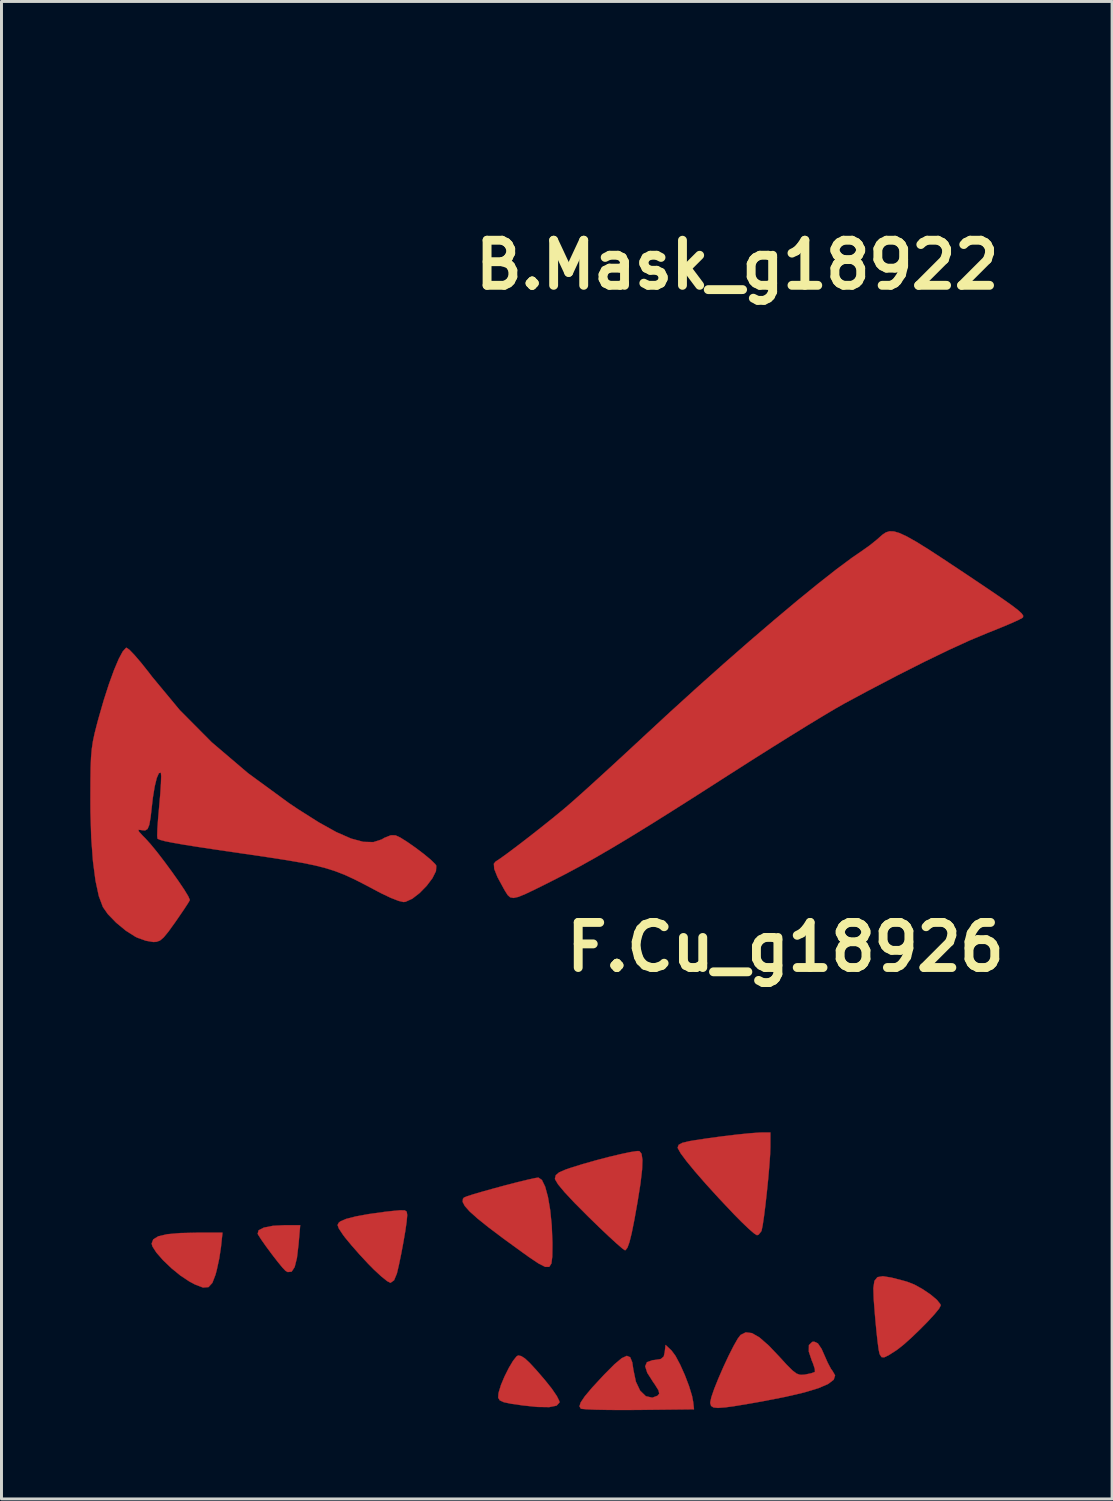
<source format=kicad_pcb>
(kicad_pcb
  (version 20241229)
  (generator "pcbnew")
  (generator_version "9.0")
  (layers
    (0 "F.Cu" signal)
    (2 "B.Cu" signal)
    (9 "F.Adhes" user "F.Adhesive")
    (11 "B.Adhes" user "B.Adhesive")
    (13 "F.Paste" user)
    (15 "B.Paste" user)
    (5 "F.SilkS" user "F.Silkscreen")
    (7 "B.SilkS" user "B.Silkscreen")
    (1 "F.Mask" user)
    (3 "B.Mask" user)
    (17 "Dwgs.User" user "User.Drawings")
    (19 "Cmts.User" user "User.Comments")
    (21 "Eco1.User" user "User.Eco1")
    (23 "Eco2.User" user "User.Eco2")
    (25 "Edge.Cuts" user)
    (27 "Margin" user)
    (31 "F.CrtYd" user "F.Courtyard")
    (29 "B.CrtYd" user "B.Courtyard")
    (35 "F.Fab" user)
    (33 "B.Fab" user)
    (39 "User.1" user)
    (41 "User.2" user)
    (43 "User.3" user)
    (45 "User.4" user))
  (footprint "F.Cu_g18926"
    (layer "F.Cu")
    (at 23.496 28.961)
    (property "Reference" "F.Cu_g18926" (at 0 0 0) (layer "F.SilkS") (effects (font (size 1.524 1.524) (thickness 0.3))))
    (attr through_hole)
    (fp_poly (pts (xy -16.455 10.037) (xy -16.51 10.504) (xy -16.587 10.812) (xy -16.689 10.968) (xy -16.82 10.982) (xy -16.894 10.942) (xy -16.992 10.84) (xy -17.155 10.642) (xy -17.351 10.389) (xy -17.548 10.123) (xy -17.715 9.886) (xy -17.82 9.721) (xy -17.837 9.687) (xy -17.805 9.57) (xy -17.626 9.479) (xy -17.321 9.419) (xy -16.915 9.398) (xy -16.4 9.398) (xy -16.455 10.037)) (stroke (width 0.01) (type solid)) (fill yes) (layer "F.Cu"))
    (fp_poly (pts (xy -19.078 10.139) (xy -19.134 10.514) (xy -19.219 10.908) (xy -19.262 11.07) (xy -19.368 11.347) (xy -19.499 11.49) (xy -19.684 11.506) (xy -19.954 11.403) (xy -20.151 11.297) (xy -20.448 11.1) (xy -20.753 10.851) (xy -21.033 10.583) (xy -21.258 10.327) (xy -21.394 10.116) (xy -21.421 10.019) (xy -21.366 9.877) (xy -21.195 9.773) (xy -20.894 9.703) (xy -20.45 9.664) (xy -19.906 9.652) (xy -19.026 9.652) (xy -19.078 10.139)) (stroke (width 0.01) (type solid)) (fill yes) (layer "F.Cu"))
    (fp_poly (pts (xy -8.93 13.822) (xy -8.807 13.9) (xy -8.642 14.053) (xy -8.414 14.301) (xy -8.132 14.628) (xy -7.895 14.925) (xy -7.724 15.176) (xy -7.64 15.348) (xy -7.636 15.39) (xy -7.735 15.497) (xy -7.984 15.547) (xy -8.386 15.541) (xy -8.872 15.49) (xy -9.265 15.434) (xy -9.518 15.381) (xy -9.656 15.317) (xy -9.708 15.228) (xy -9.7 15.097) (xy -9.689 15.042) (xy -9.613 14.795) (xy -9.492 14.508) (xy -9.349 14.223) (xy -9.206 13.983) (xy -9.086 13.832) (xy -9.032 13.801) (xy -8.93 13.822)) (stroke (width 0.01) (type solid)) (fill yes) (layer "F.Cu"))
    (fp_poly (pts (xy -12.866 8.897) (xy -12.8 8.942) (xy -12.785 9.041) (xy -12.785 9.08) (xy -12.802 9.274) (xy -12.846 9.584) (xy -12.911 9.965) (xy -12.986 10.366) (xy -13.064 10.741) (xy -13.131 11.028) (xy -13.227 11.26) (xy -13.347 11.345) (xy -13.351 11.345) (xy -13.463 11.287) (xy -13.659 11.129) (xy -13.908 10.899) (xy -14.109 10.695) (xy -14.397 10.385) (xy -14.666 10.079) (xy -14.878 9.823) (xy -14.96 9.713) (xy -15.095 9.508) (xy -15.137 9.392) (xy -15.097 9.314) (xy -15.041 9.269) (xy -14.851 9.187) (xy -14.52 9.102) (xy -14.072 9.02) (xy -13.534 8.946) (xy -13.31 8.921) (xy -13.023 8.894) (xy -12.866 8.897)) (stroke (width 0.01) (type solid)) (fill yes) (layer "F.Cu"))
    (fp_poly (pts (xy -8.231 7.87) (xy -8.121 8.096) (xy -8.026 8.445) (xy -7.95 8.892) (xy -7.898 9.414) (xy -7.875 9.987) (xy -7.875 10.097) (xy -7.88 10.456) (xy -7.909 10.691) (xy -7.983 10.806) (xy -8.121 10.806) (xy -8.343 10.693) (xy -8.67 10.474) (xy -8.904 10.306) (xy -9.534 9.848) (xy -10.032 9.473) (xy -10.409 9.171) (xy -10.674 8.933) (xy -10.837 8.749) (xy -10.909 8.611) (xy -10.899 8.507) (xy -10.867 8.466) (xy -10.765 8.423) (xy -10.534 8.349) (xy -10.211 8.255) (xy -9.831 8.149) (xy -9.431 8.041) (xy -9.046 7.942) (xy -8.712 7.861) (xy -8.466 7.807) (xy -8.35 7.789) (xy -8.231 7.87)) (stroke (width 0.01) (type solid)) (fill yes) (layer "F.Cu"))
    (fp_poly (pts (xy 3.58 11.169) (xy 3.984 11.273) (xy 4.109 11.308) (xy 4.36 11.406) (xy 4.639 11.561) (xy 4.907 11.743) (xy 5.12 11.922) (xy 5.238 12.07) (xy 5.249 12.112) (xy 5.191 12.221) (xy 5.034 12.412) (xy 4.808 12.658) (xy 4.541 12.928) (xy 4.263 13.195) (xy 4.002 13.429) (xy 3.786 13.6) (xy 3.746 13.628) (xy 3.489 13.793) (xy 3.334 13.866) (xy 3.247 13.856) (xy 3.191 13.768) (xy 3.179 13.737) (xy 3.151 13.602) (xy 3.115 13.333) (xy 3.075 12.966) (xy 3.035 12.538) (xy 3.025 12.42) (xy 2.984 11.896) (xy 2.972 11.522) (xy 3.008 11.281) (xy 3.11 11.154) (xy 3.294 11.123) (xy 3.58 11.169)) (stroke (width 0.01) (type solid)) (fill yes) (layer "F.Cu"))
    (fp_poly (pts (xy -4.935 6.895) (xy -4.863 6.985) (xy -4.833 7.189) (xy -4.845 7.521) (xy -4.9 7.992) (xy -4.997 8.604) (xy -5.104 9.206) (xy -5.194 9.656) (xy -5.271 9.968) (xy -5.339 10.157) (xy -5.402 10.239) (xy -5.424 10.245) (xy -5.508 10.188) (xy -5.692 10.03) (xy -5.955 9.789) (xy -6.277 9.485) (xy -6.638 9.134) (xy -6.649 9.123) (xy -7.121 8.65) (xy -7.465 8.282) (xy -7.685 8.017) (xy -7.784 7.851) (xy -7.79 7.817) (xy -7.76 7.706) (xy -7.649 7.613) (xy -7.424 7.516) (xy -7.26 7.46) (xy -6.849 7.332) (xy -6.408 7.207) (xy -5.97 7.092) (xy -5.57 6.997) (xy -5.24 6.927) (xy -5.015 6.893) (xy -4.935 6.895)) (stroke (width 0.01) (type solid)) (fill yes) (layer "F.Cu"))
    (fp_poly (pts (xy -0.509 6.752) (xy -0.518 7.02) (xy -0.544 7.387) (xy -0.581 7.817) (xy -0.627 8.271) (xy -0.676 8.713) (xy -0.725 9.104) (xy -0.77 9.407) (xy -0.807 9.584) (xy -0.811 9.597) (xy -0.905 9.717) (xy -0.962 9.737) (xy -1.056 9.679) (xy -1.238 9.522) (xy -1.481 9.29) (xy -1.729 9.039) (xy -2.234 8.504) (xy -2.679 8.016) (xy -3.053 7.587) (xy -3.345 7.232) (xy -3.543 6.965) (xy -3.635 6.799) (xy -3.641 6.771) (xy -3.608 6.682) (xy -3.487 6.616) (xy -3.246 6.558) (xy -3.069 6.528) (xy -2.591 6.456) (xy -2.089 6.389) (xy -1.607 6.332) (xy -1.188 6.29) (xy -0.875 6.268) (xy -0.785 6.265) (xy -0.508 6.265) (xy -0.509 6.752)) (stroke (width 0.01) (type solid)) (fill yes) (layer "F.Cu"))
    (fp_poly (pts (xy -3.847 13.637) (xy -3.715 13.816) (xy -3.559 14.109) (xy -3.399 14.466) (xy -3.258 14.836) (xy -3.156 15.17) (xy -3.118 15.37) (xy -3.09 15.621) (xy -4.953 15.642) (xy -5.502 15.645) (xy -5.996 15.642) (xy -6.409 15.634) (xy -6.716 15.621) (xy -6.891 15.605) (xy -6.918 15.596) (xy -6.961 15.52) (xy -6.919 15.387) (xy -6.781 15.183) (xy -6.54 14.896) (xy -6.184 14.511) (xy -6.114 14.437) (xy -5.778 14.099) (xy -5.532 13.893) (xy -5.36 13.814) (xy -5.247 13.861) (xy -5.177 14.032) (xy -5.139 14.283) (xy -5.055 14.687) (xy -4.91 14.992) (xy -4.718 15.178) (xy -4.499 15.228) (xy -4.321 15.161) (xy -4.265 15.092) (xy -4.289 14.981) (xy -4.407 14.79) (xy -4.469 14.702) (xy -4.67 14.386) (xy -4.74 14.166) (xy -4.68 14.028) (xy -4.489 13.961) (xy -4.424 13.954) (xy -4.211 13.92) (xy -4.113 13.837) (xy -4.079 13.686) (xy -4.051 13.445) (xy -3.847 13.637)) (stroke (width 0.01) (type solid)) (fill yes) (layer "F.Cu"))
    (fp_poly (pts (xy -1.131 13.046) (xy -0.876 13.193) (xy -0.56 13.47) (xy -0.23 13.817) (xy 0.044 14.116) (xy 0.237 14.308) (xy 0.377 14.414) (xy 0.495 14.456) (xy 0.62 14.453) (xy 0.667 14.446) (xy 0.873 14.403) (xy 0.993 14.359) (xy 0.997 14.355) (xy 0.994 14.258) (xy 0.931 14.067) (xy 0.894 13.981) (xy 0.79 13.67) (xy 0.794 13.451) (xy 0.905 13.343) (xy 0.97 13.335) (xy 1.096 13.392) (xy 1.221 13.577) (xy 1.311 13.779) (xy 1.428 14.044) (xy 1.537 14.25) (xy 1.592 14.325) (xy 1.679 14.475) (xy 1.632 14.62) (xy 1.446 14.763) (xy 1.115 14.906) (xy 0.634 15.051) (xy -0.004 15.2) (xy -0.803 15.356) (xy -1.143 15.416) (xy -1.658 15.503) (xy -2.029 15.555) (xy -2.28 15.574) (xy -2.433 15.558) (xy -2.512 15.507) (xy -2.539 15.42) (xy -2.54 15.382) (xy -2.503 15.21) (xy -2.406 14.928) (xy -2.264 14.575) (xy -2.096 14.189) (xy -1.919 13.81) (xy -1.75 13.477) (xy -1.608 13.228) (xy -1.516 13.108) (xy -1.339 13.02) (xy -1.131 13.046)) (stroke (width 0.01) (type solid)) (fill yes) (layer "F.Cu"))
    (fp_poly (pts (xy 3.668 -14.05) (xy 3.857 -13.994) (xy 4.102 -13.88) (xy 4.417 -13.703) (xy 4.817 -13.455) (xy 5.317 -13.129) (xy 5.934 -12.72) (xy 6.384 -12.419) (xy 6.931 -12.051) (xy 7.351 -11.764) (xy 7.657 -11.547) (xy 7.863 -11.389) (xy 7.985 -11.277) (xy 8.036 -11.201) (xy 8.03 -11.15) (xy 8.008 -11.128) (xy 7.877 -11.058) (xy 7.622 -10.943) (xy 7.279 -10.799) (xy 6.884 -10.64) (xy 6.831 -10.619) (xy 6.237 -10.371) (xy 5.519 -10.043) (xy 4.693 -9.643) (xy 3.779 -9.181) (xy 2.795 -8.666) (xy 1.99 -8.233) (xy 1.689 -8.062) (xy 1.269 -7.812) (xy 0.751 -7.498) (xy 0.159 -7.132) (xy -0.485 -6.73) (xy -1.158 -6.305) (xy -1.839 -5.87) (xy -1.959 -5.794) (xy -2.96 -5.152) (xy -3.838 -4.595) (xy -4.609 -4.112) (xy -5.289 -3.694) (xy -5.896 -3.331) (xy -6.445 -3.012) (xy -6.955 -2.727) (xy -7.441 -2.467) (xy -7.921 -2.222) (xy -7.959 -2.203) (xy -8.433 -1.966) (xy -8.779 -1.8) (xy -9.023 -1.699) (xy -9.189 -1.662) (xy -9.302 -1.683) (xy -9.387 -1.759) (xy -9.468 -1.886) (xy -9.514 -1.965) (xy -9.73 -2.363) (xy -9.842 -2.644) (xy -9.854 -2.82) (xy -9.799 -2.889) (xy -9.639 -2.995) (xy -9.376 -3.185) (xy -9.04 -3.438) (xy -8.66 -3.73) (xy -8.264 -4.041) (xy -7.881 -4.347) (xy -7.54 -4.626) (xy -7.442 -4.709) (xy -7.189 -4.928) (xy -6.837 -5.241) (xy -6.409 -5.629) (xy -5.928 -6.068) (xy -5.417 -6.539) (xy -4.899 -7.019) (xy -4.806 -7.106) (xy -3.892 -7.952) (xy -2.979 -8.781) (xy -2.08 -9.583) (xy -1.209 -10.345) (xy -0.379 -11.056) (xy 0.394 -11.705) (xy 1.099 -12.279) (xy 1.721 -12.768) (xy 2.247 -13.159) (xy 2.582 -13.389) (xy 2.849 -13.578) (xy 3.1 -13.78) (xy 3.158 -13.832) (xy 3.279 -13.939) (xy 3.394 -14.016) (xy 3.519 -14.055) (xy 3.668 -14.05)) (stroke (width 0.01) (type solid)) (fill yes) (layer "F.Cu"))
    (fp_poly (pts (xy -22.175 -10.053) (xy -22.004 -9.876) (xy -21.776 -9.61) (xy -21.514 -9.28) (xy -21.408 -9.141) (xy -20.468 -8.008) (xy -19.391 -6.924) (xy -18.167 -5.882) (xy -16.787 -4.872) (xy -16.468 -4.658) (xy -15.768 -4.215) (xy -15.176 -3.886) (xy -14.68 -3.669) (xy -14.268 -3.558) (xy -13.927 -3.549) (xy -13.645 -3.639) (xy -13.561 -3.691) (xy -13.335 -3.781) (xy -13.177 -3.778) (xy -13.018 -3.704) (xy -12.781 -3.555) (xy -12.504 -3.361) (xy -12.227 -3.152) (xy -11.991 -2.957) (xy -11.836 -2.806) (xy -11.8 -2.752) (xy -11.811 -2.57) (xy -11.93 -2.331) (xy -12.125 -2.072) (xy -12.364 -1.828) (xy -12.612 -1.636) (xy -12.838 -1.533) (xy -12.908 -1.524) (xy -13.075 -1.563) (xy -13.341 -1.667) (xy -13.657 -1.817) (xy -13.775 -1.879) (xy -14.195 -2.102) (xy -14.555 -2.286) (xy -14.882 -2.437) (xy -15.2 -2.562) (xy -15.532 -2.668) (xy -15.905 -2.763) (xy -16.342 -2.852) (xy -16.868 -2.942) (xy -17.508 -3.041) (xy -18.286 -3.155) (xy -18.457 -3.18) (xy -19.235 -3.294) (xy -19.859 -3.388) (xy -20.345 -3.465) (xy -20.709 -3.529) (xy -20.965 -3.58) (xy -21.127 -3.623) (xy -21.212 -3.66) (xy -21.224 -3.67) (xy -21.233 -3.766) (xy -21.226 -3.998) (xy -21.203 -4.33) (xy -21.168 -4.731) (xy -21.164 -4.781) (xy -21.128 -5.188) (xy -21.106 -5.532) (xy -21.098 -5.779) (xy -21.108 -5.895) (xy -21.11 -5.899) (xy -21.176 -5.879) (xy -21.248 -5.715) (xy -21.318 -5.43) (xy -21.38 -5.049) (xy -21.411 -4.783) (xy -21.456 -4.386) (xy -21.501 -4.132) (xy -21.559 -3.993) (xy -21.642 -3.943) (xy -21.761 -3.954) (xy -21.781 -3.959) (xy -21.868 -3.966) (xy -21.852 -3.908) (xy -21.723 -3.765) (xy -21.632 -3.674) (xy -21.46 -3.484) (xy -21.24 -3.216) (xy -20.996 -2.899) (xy -20.747 -2.561) (xy -20.515 -2.233) (xy -20.32 -1.944) (xy -20.185 -1.722) (xy -20.131 -1.598) (xy -20.131 -1.588) (xy -20.187 -1.49) (xy -20.318 -1.289) (xy -20.503 -1.018) (xy -20.625 -0.841) (xy -20.851 -0.527) (xy -21.013 -0.329) (xy -21.14 -0.222) (xy -21.261 -0.179) (xy -21.364 -0.173) (xy -21.612 -0.215) (xy -21.897 -0.316) (xy -21.971 -0.352) (xy -22.294 -0.557) (xy -22.622 -0.828) (xy -22.9 -1.115) (xy -23.068 -1.355) (xy -23.206 -1.724) (xy -23.318 -2.246) (xy -23.404 -2.906) (xy -23.462 -3.689) (xy -23.489 -4.58) (xy -23.491 -4.995) (xy -23.489 -5.587) (xy -23.483 -6.044) (xy -23.469 -6.402) (xy -23.444 -6.695) (xy -23.405 -6.959) (xy -23.347 -7.23) (xy -23.268 -7.541) (xy -23.214 -7.741) (xy -23.04 -8.345) (xy -22.863 -8.893) (xy -22.692 -9.364) (xy -22.534 -9.738) (xy -22.397 -9.994) (xy -22.29 -10.112) (xy -22.269 -10.118) (xy -22.175 -10.053)) (stroke (width 0.01) (type solid)) (fill yes) (layer "F.Cu")))
  (footprint "B.Mask_g18922"
    (layer "F.Cu")
    (at 21.867 5.904)
    (property "Reference" "B.Mask_g18922" (at 0 0 0) (layer "F.SilkS") (effects (font (size 1.524 1.524) (thickness 0.3))))
    (attr through_hole)
    (fp_poly (pts (xy -21.291 -3.452) (xy -20.951 -3.423) (xy -20.535 -3.374) (xy -20.09 -3.309) (xy -20.065 -3.305) (xy -19.525 -3.227) (xy -18.9 -3.149) (xy -18.273 -3.082) (xy -17.805 -3.042) (xy -16.999 -2.968) (xy -16.329 -2.87) (xy -15.759 -2.741) (xy -15.256 -2.57) (xy -14.786 -2.348) (xy -14.368 -2.1) (xy -14.115 -1.911) (xy -13.916 -1.685) (xy -13.725 -1.368) (xy -13.663 -1.248) (xy -13.294 -0.331) (xy -13.086 0.629) (xy -13.039 1.365) (xy -13.056 1.859) (xy -13.12 2.279) (xy -13.245 2.681) (xy -13.448 3.121) (xy -13.65 3.489) (xy -14.181 4.262) (xy -14.804 4.901) (xy -15.51 5.399) (xy -16.286 5.75) (xy -17.12 5.95) (xy -18.002 5.992) (xy -18.649 5.924) (xy -19.237 5.755) (xy -19.744 5.471) (xy -20.099 5.136) (xy -20.236 4.94) (xy -20.427 4.627) (xy -20.654 4.232) (xy -20.895 3.79) (xy -21.04 3.512) (xy -21.331 2.93) (xy -21.541 2.46) (xy -21.602 2.286) (xy -16.849 2.286) (xy -16.781 2.628) (xy -16.602 2.896) (xy -16.347 3.072) (xy -16.052 3.138) (xy -15.753 3.078) (xy -15.532 2.925) (xy -15.369 2.652) (xy -15.326 2.324) (xy -15.394 1.992) (xy -15.564 1.708) (xy -15.788 1.54) (xy -16.099 1.448) (xy -16.36 1.5) (xy -16.601 1.687) (xy -16.779 1.916) (xy -16.845 2.172) (xy -16.849 2.286) (xy -21.602 2.286) (xy -21.676 2.073) (xy -21.744 1.736) (xy -21.753 1.419) (xy -21.711 1.091) (xy -21.673 0.917) (xy -21.542 0.476) (xy -21.349 0.042) (xy -21.07 -0.437) (xy -20.901 -0.694) (xy -20.734 -0.969) (xy -20.616 -1.216) (xy -20.574 -1.376) (xy -20.625 -1.578) (xy -20.767 -1.877) (xy -20.979 -2.24) (xy -21.242 -2.633) (xy -21.511 -2.99) (xy -21.862 -3.429) (xy -21.51 -3.455) (xy -21.291 -3.452)) (stroke (width 0.01) (type solid)) (fill yes) (layer "B.Mask"))
    (fp_poly (pts (xy 1.051 -5.825) (xy 1.525 -5.673) (xy 1.721 -5.603) (xy 2.178 -5.446) (xy 2.661 -5.297) (xy 3.101 -5.176) (xy 3.344 -5.12) (xy 4.266 -4.852) (xy 5.097 -4.442) (xy 5.842 -3.888) (xy 6.09 -3.652) (xy 6.441 -3.27) (xy 6.753 -2.878) (xy 6.982 -2.531) (xy 7.009 -2.482) (xy 7.346 -1.682) (xy 7.547 -0.835) (xy 7.613 0.028) (xy 7.542 0.877) (xy 7.333 1.68) (xy 7.095 2.22) (xy 6.729 2.759) (xy 6.222 3.286) (xy 5.604 3.781) (xy 4.904 4.223) (xy 4.149 4.591) (xy 3.522 4.819) (xy 3.197 4.895) (xy 2.733 4.972) (xy 2.157 5.049) (xy 1.498 5.122) (xy 0.786 5.189) (xy 0.048 5.249) (xy -0.685 5.298) (xy -1.386 5.336) (xy -2.026 5.359) (xy -2.575 5.366) (xy -3.005 5.354) (xy -3.217 5.334) (xy -4.2 5.105) (xy -5.144 4.713) (xy -6.049 4.158) (xy -6.916 3.439) (xy -7.747 2.555) (xy -8.213 1.966) (xy -8.5 1.597) (xy -8.725 1.35) (xy -8.912 1.2) (xy -9.056 1.133) (xy -9.254 1.052) (xy -9.363 0.975) (xy -9.368 0.964) (xy -9.309 0.892) (xy -9.134 0.777) (xy -8.907 0.658) (xy 1.206 0.658) (xy 1.227 1.04) (xy 1.378 1.362) (xy 1.652 1.663) (xy 1.955 1.81) (xy 2.265 1.8) (xy 2.564 1.629) (xy 2.57 1.623) (xy 2.817 1.31) (xy 2.938 0.959) (xy 2.937 0.605) (xy 2.824 0.284) (xy 2.603 0.029) (xy 2.282 -0.124) (xy 2.232 -0.135) (xy 1.864 -0.134) (xy 1.563 0.02) (xy 1.355 0.273) (xy 1.206 0.658) (xy -8.907 0.658) (xy -8.907 0.657) (xy -8.659 0.515) (xy -8.324 0.291) (xy -7.942 0.013) (xy -7.556 -0.289) (xy -7.493 -0.34) (xy -7.08 -0.68) (xy -6.64 -1.041) (xy -6.225 -1.381) (xy -5.889 -1.656) (xy -5.884 -1.66) (xy -5.627 -1.859) (xy -5.256 -2.132) (xy -4.797 -2.458) (xy -4.28 -2.819) (xy -3.731 -3.194) (xy -3.26 -3.511) (xy -2.707 -3.882) (xy -2.164 -4.252) (xy -1.657 -4.601) (xy -1.213 -4.912) (xy -0.861 -5.165) (xy -0.651 -5.321) (xy -0.263 -5.606) (xy 0.06 -5.795) (xy 0.36 -5.891) (xy 0.677 -5.899) (xy 1.051 -5.825)) (stroke (width 0.01) (type solid)) (fill yes) (layer "B.Mask")))
  (gr_rect
    (start -3 -3)
    (end 34.537 47.611)
    (stroke (width 0.1) (type default))
    (fill no)
    (layer "Edge.Cuts")))
</source>
